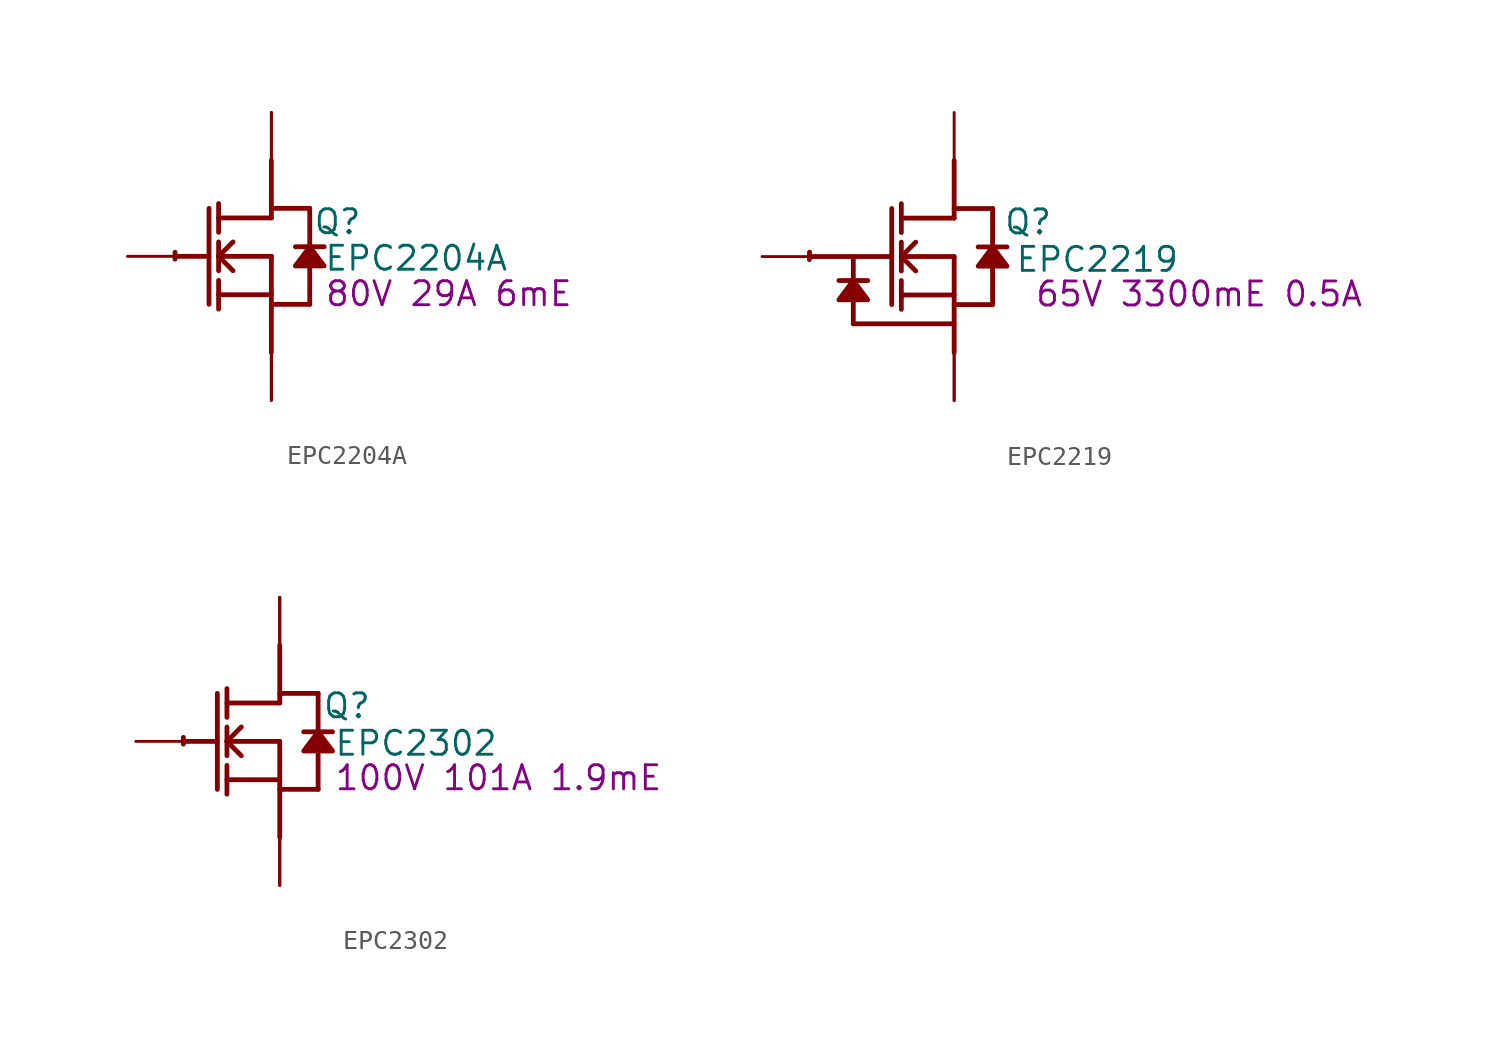
<source format=kicad_sym>
(kicad_symbol_lib
  (version 20241209)
  (generator "kicad_symbol_editor")
  (generator_version "9.0")
  (symbol "EPC2204A"
    (property "Reference" "Q"
      (at 3.505 1.829 0)
      (effects (font (size 1.27 1.27))))
    (property "Value" "EPC2204A"
      (at 7.671 -0.102 0)
      (effects (font (size 1.27 1.27))))
    (property "Description" "80V 29A 6mE"
      (at 9.398 -1.981 0)
      (effects (font (size 1.27 1.27))))
    (symbol "EPC2204A_1_0"
      (polyline (pts (xy -5.08 0) (xy -3.302 0)) (stroke (width 0.254) (type solid)) (fill (type none)))
      (polyline (pts (xy -3.302 2.54) (xy -3.302 -2.54)) (stroke (width 0.254) (type solid)) (fill (type none)))
      (polyline (pts (xy -2.794 1.27) (xy -2.794 2.794)) (stroke (width 0.254) (type solid)) (fill (type none)))
      (polyline (pts (xy -2.794 0) (xy -2.032 0.762)) (stroke (width 0.254) (type solid)) (fill (type none)))
      (polyline (pts (xy -2.794 0) (xy 0 0)) (stroke (width 0.254) (type solid)) (fill (type none)))
      (polyline (pts (xy -2.794 -0.762) (xy -2.794 0.762)) (stroke (width 0.254) (type solid)) (fill (type none)))
      (polyline (pts (xy -2.794 -2.032) (xy 0 -2.032)) (stroke (width 0.254) (type solid)) (fill (type none)))
      (polyline (pts (xy -2.794 -2.794) (xy -2.794 -1.27)) (stroke (width 0.254) (type solid)) (fill (type none)))
      (polyline (pts (xy -2.032 -0.762) (xy -2.794 0)) (stroke (width 0.254) (type solid)) (fill (type none)))
      (polyline (pts (xy 0 2.54) (xy 2.032 2.54)) (stroke (width 0.254) (type solid)) (fill (type none)))
      (polyline (pts (xy 0 2.032) (xy -2.794 2.032)) (stroke (width 0.254) (type solid)) (fill (type none)))
      (polyline (pts (xy 0 2.032) (xy 0 5.08)) (stroke (width 0.254) (type solid)) (fill (type none)))
      (polyline (pts (xy 0 0) (xy 0 -5.08)) (stroke (width 0.254) (type solid)) (fill (type none)))
      (polyline (pts (xy 0 -2.54) (xy 2.032 -2.54)) (stroke (width 0.254) (type solid)) (fill (type none)))
      (arc (start -5.1019 -0.1467) (mid -5.1039 0.0331) (end -5.0996 0.2128) (stroke (width 0.254) (type solid)) (fill (type none)))
      (polyline (pts (xy 2.032 2.54) (xy 2.032 0.508)) (stroke (width 0.254) (type solid)) (fill (type none)))
      (polyline (pts (xy 2.032 0.508) (xy 1.27 -0.508) (xy 2.794 -0.508) (xy 2.032 0.508)) (stroke (width 0.254) (type solid)) (fill (type outline)))
      (polyline (pts (xy 2.032 -0.508) (xy 2.032 -2.54)) (stroke (width 0.254) (type solid)) (fill (type none)))
      (polyline (pts (xy 2.794 0.508) (xy 1.27 0.508)) (stroke (width 0.254) (type solid)) (fill (type none)))
      (pin passive line (at -7.62 0 0) (length 2.54) (name "G" (effects (font (size 0 0)))) (number "1" (effects (font (size 0 0)))))
      (pin open_collector line (at 0 7.62 270) (length 2.54) (name "D" (effects (font (size 0 0)))) (number "3" (effects (font (size 0 0)))))
      (pin open_collector line (at 0 7.62 270) (length 2.54) (name "D" (effects (font (size 0 0)))) (number "5" (effects (font (size 0 0)))))
      (pin open_emitter line (at 0 -7.62 90) (length 2.54) (name "S" (effects (font (size 0 0)))) (number "2" (effects (font (size 0 0)))))
      (pin open_emitter line (at 0 -7.62 90) (length 2.54) (name "S" (effects (font (size 0 0)))) (number "4" (effects (font (size 0 0)))))
      (pin open_emitter line (at 0 -7.62 90) (length 2.54) (name "S" (effects (font (size 0 0)))) (number "6" (effects (font (size 0 0)))))))
  (symbol "EPC2219"
    (property "Reference" "Q"
      (at 3.912 1.829 0)
      (effects (font (size 1.27 1.27))))
    (property "Value" "EPC2219"
      (at 7.569 -0.152 0)
      (effects (font (size 1.27 1.27))))
    (property "Description" "65V 3300mE 0.5A"
      (at 12.954 -1.981 0)
      (effects (font (size 1.27 1.27))))
    (symbol "EPC2219_1_0"
      (polyline (pts (xy -7.62 0) (xy -3.302 0)) (stroke (width 0.254) (type solid)) (fill (type none)))
      (polyline (pts (xy -5.334 0) (xy -5.334 -1.27)) (stroke (width 0.254) (type solid)) (fill (type none)))
      (polyline (pts (xy -5.334 -1.27) (xy -6.096 -2.286) (xy -4.572 -2.286) (xy -5.334 -1.27)) (stroke (width 0.254) (type solid)) (fill (type outline)))
      (polyline (pts (xy -5.334 -2.286) (xy -5.334 -3.556)) (stroke (width 0.254) (type solid)) (fill (type none)))
      (polyline (pts (xy -5.334 -3.556) (xy 0 -3.556)) (stroke (width 0.254) (type solid)) (fill (type none)))
      (polyline (pts (xy -4.572 -1.27) (xy -6.096 -1.27)) (stroke (width 0.254) (type solid)) (fill (type none)))
      (polyline (pts (xy -3.302 2.54) (xy -3.302 -2.54)) (stroke (width 0.254) (type solid)) (fill (type none)))
      (polyline (pts (xy -2.794 1.27) (xy -2.794 2.794)) (stroke (width 0.254) (type solid)) (fill (type none)))
      (polyline (pts (xy -2.794 0) (xy -2.032 0.762)) (stroke (width 0.254) (type solid)) (fill (type none)))
      (polyline (pts (xy -2.794 0) (xy 0 0)) (stroke (width 0.254) (type solid)) (fill (type none)))
      (polyline (pts (xy -2.794 -0.762) (xy -2.794 0.762)) (stroke (width 0.254) (type solid)) (fill (type none)))
      (polyline (pts (xy -2.794 -2.032) (xy 0 -2.032)) (stroke (width 0.254) (type solid)) (fill (type none)))
      (polyline (pts (xy -2.794 -2.794) (xy -2.794 -1.27)) (stroke (width 0.254) (type solid)) (fill (type none)))
      (arc (start -7.6537 -0.1616) (mid -7.6559 0.0364) (end -7.6511 0.2344) (stroke (width 0.254) (type solid)) (fill (type none)))
      (polyline (pts (xy -2.032 -0.762) (xy -2.794 0)) (stroke (width 0.254) (type solid)) (fill (type none)))
      (polyline (pts (xy 0 2.54) (xy 2.032 2.54)) (stroke (width 0.254) (type solid)) (fill (type none)))
      (polyline (pts (xy 0 2.032) (xy -2.794 2.032)) (stroke (width 0.254) (type solid)) (fill (type none)))
      (polyline (pts (xy 0 2.032) (xy 0 5.08)) (stroke (width 0.254) (type solid)) (fill (type none)))
      (polyline (pts (xy 0 0) (xy 0 -5.08)) (stroke (width 0.254) (type solid)) (fill (type none)))
      (polyline (pts (xy 0 -2.54) (xy 2.032 -2.54)) (stroke (width 0.254) (type solid)) (fill (type none)))
      (polyline (pts (xy 2.032 2.54) (xy 2.032 0.508)) (stroke (width 0.254) (type solid)) (fill (type none)))
      (polyline (pts (xy 2.032 0.508) (xy 1.27 -0.508) (xy 2.794 -0.508) (xy 2.032 0.508)) (stroke (width 0.254) (type solid)) (fill (type outline)))
      (polyline (pts (xy 2.032 -0.508) (xy 2.032 -2.54)) (stroke (width 0.254) (type solid)) (fill (type none)))
      (polyline (pts (xy 2.794 0.508) (xy 1.27 0.508)) (stroke (width 0.254) (type solid)) (fill (type none)))
      (pin passive line (at -10.16 0 0) (length 2.54) (name "G" (effects (font (size 0 0)))) (number "1" (effects (font (size 0 0)))))
      (pin open_collector line (at 0 7.62 270) (length 2.54) (name "D1" (effects (font (size 0 0)))) (number "3" (effects (font (size 0 0)))))
      (pin open_emitter line (at 0 -7.62 90) (length 2.54) (name "S1" (effects (font (size 0 0)))) (number "2" (effects (font (size 0 0)))))
      (pin open_emitter line (at 0 -7.62 90) (length 2.54) (name "S2" (effects (font (size 0 0)))) (number "4" (effects (font (size 0 0)))))))
  (symbol "EPC2302"
    (property "Reference" "Q"
      (at 3.556 1.88 0)
      (effects (font (size 1.27 1.27))))
    (property "Value" "EPC2302"
      (at 7.214 -0.102 0)
      (effects (font (size 1.27 1.27))))
    (property "Description" "100V 101A 1.9mE"
      (at 11.582 -1.93 0)
      (effects (font (size 1.27 1.27))))
    (symbol "EPC2302_1_0"
      (polyline (pts (xy -5.08 0) (xy -3.302 0)) (stroke (width 0.254) (type solid)) (fill (type none)))
      (polyline (pts (xy -3.302 2.54) (xy -3.302 -2.54)) (stroke (width 0.254) (type solid)) (fill (type none)))
      (polyline (pts (xy -2.794 1.27) (xy -2.794 2.794)) (stroke (width 0.254) (type solid)) (fill (type none)))
      (polyline (pts (xy -2.794 0) (xy -2.032 0.762)) (stroke (width 0.254) (type solid)) (fill (type none)))
      (polyline (pts (xy -2.794 0) (xy 0 0)) (stroke (width 0.254) (type solid)) (fill (type none)))
      (polyline (pts (xy -2.794 -0.762) (xy -2.794 0.762)) (stroke (width 0.254) (type solid)) (fill (type none)))
      (polyline (pts (xy -2.794 -2.032) (xy 0 -2.032)) (stroke (width 0.254) (type solid)) (fill (type none)))
      (polyline (pts (xy -2.794 -2.794) (xy -2.794 -1.27)) (stroke (width 0.254) (type solid)) (fill (type none)))
      (polyline (pts (xy -2.032 -0.762) (xy -2.794 0)) (stroke (width 0.254) (type solid)) (fill (type none)))
      (polyline (pts (xy 0 2.54) (xy 2.032 2.54)) (stroke (width 0.254) (type solid)) (fill (type none)))
      (polyline (pts (xy 0 2.032) (xy -2.794 2.032)) (stroke (width 0.254) (type solid)) (fill (type none)))
      (polyline (pts (xy 0 2.032) (xy 0 5.08)) (stroke (width 0.254) (type solid)) (fill (type none)))
      (polyline (pts (xy 0 0) (xy 0 -5.08)) (stroke (width 0.254) (type solid)) (fill (type none)))
      (polyline (pts (xy 0 -2.54) (xy 2.032 -2.54)) (stroke (width 0.254) (type solid)) (fill (type none)))
      (arc (start -5.1019 -0.1467) (mid -5.1039 0.0331) (end -5.0996 0.2128) (stroke (width 0.254) (type solid)) (fill (type none)))
      (polyline (pts (xy 2.032 2.54) (xy 2.032 0.508)) (stroke (width 0.254) (type solid)) (fill (type none)))
      (polyline (pts (xy 2.032 0.508) (xy 1.27 -0.508) (xy 2.794 -0.508) (xy 2.032 0.508)) (stroke (width 0.254) (type solid)) (fill (type outline)))
      (polyline (pts (xy 2.032 -0.508) (xy 2.032 -2.54)) (stroke (width 0.254) (type solid)) (fill (type none)))
      (polyline (pts (xy 2.794 0.508) (xy 1.27 0.508)) (stroke (width 0.254) (type solid)) (fill (type none)))
      (pin passive line (at -7.62 0 0) (length 2.54) (name "G" (effects (font (size 0 0)))) (number "1" (effects (font (size 0 0)))))
      (pin passive line (at 0 7.62 270) (length 2.54) (name "D" (effects (font (size 0 0)))) (number "3" (effects (font (size 0 0)))))
      (pin passive line (at 0 7.62 270) (length 2.54) (name "D" (effects (font (size 0 0)))) (number "5" (effects (font (size 0 0)))))
      (pin passive line (at 0 7.62 270) (length 2.54) (name "D" (effects (font (size 0 0)))) (number "7" (effects (font (size 0 0)))))
      (pin passive line (at 0 -7.62 90) (length 2.54) (name "S" (effects (font (size 0 0)))) (number "2" (effects (font (size 0 0)))))
      (pin passive line (at 0 -7.62 90) (length 2.54) (name "S" (effects (font (size 0 0)))) (number "4" (effects (font (size 0 0)))))
      (pin passive line (at 0 -7.62 90) (length 2.54) (name "S" (effects (font (size 0 0)))) (number "6" (effects (font (size 0 0))))))))
</source>
